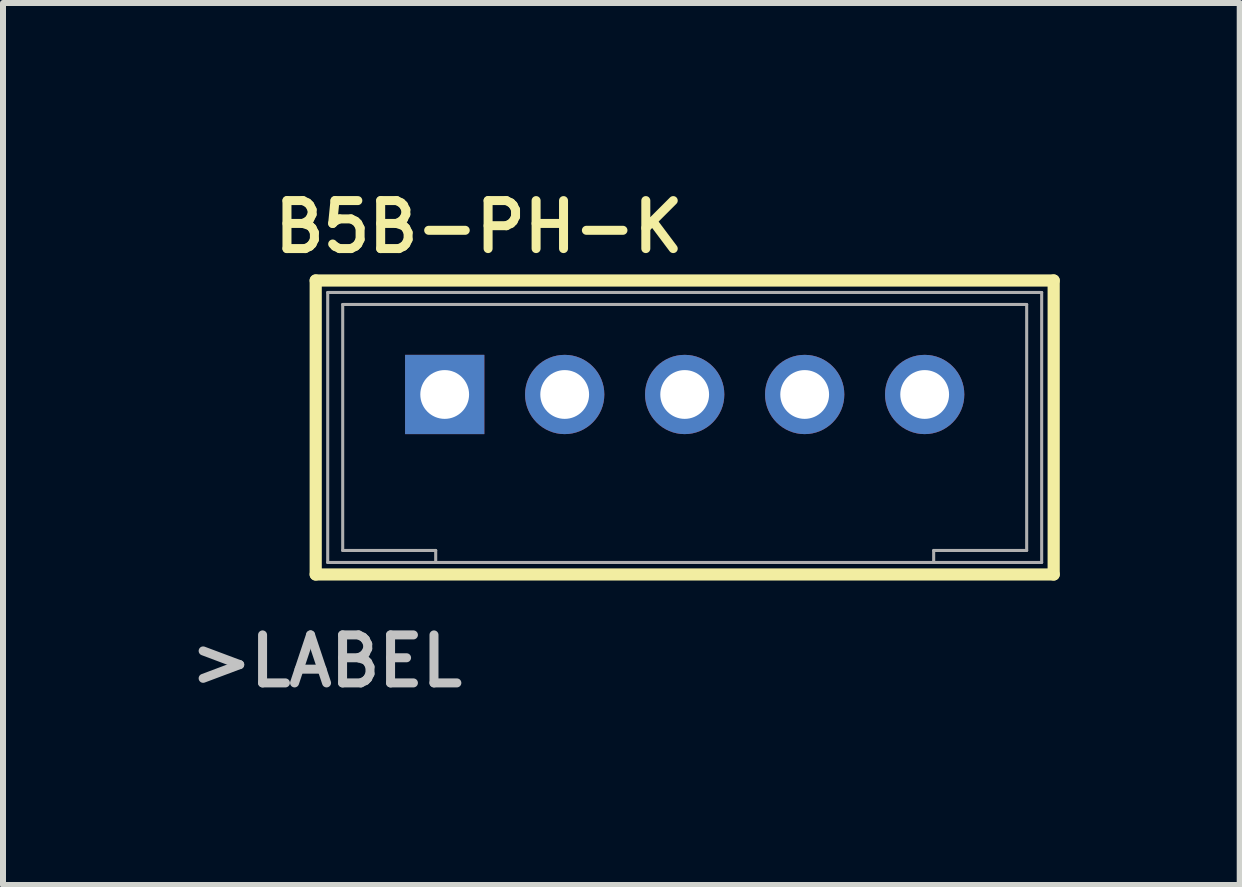
<source format=kicad_pcb>
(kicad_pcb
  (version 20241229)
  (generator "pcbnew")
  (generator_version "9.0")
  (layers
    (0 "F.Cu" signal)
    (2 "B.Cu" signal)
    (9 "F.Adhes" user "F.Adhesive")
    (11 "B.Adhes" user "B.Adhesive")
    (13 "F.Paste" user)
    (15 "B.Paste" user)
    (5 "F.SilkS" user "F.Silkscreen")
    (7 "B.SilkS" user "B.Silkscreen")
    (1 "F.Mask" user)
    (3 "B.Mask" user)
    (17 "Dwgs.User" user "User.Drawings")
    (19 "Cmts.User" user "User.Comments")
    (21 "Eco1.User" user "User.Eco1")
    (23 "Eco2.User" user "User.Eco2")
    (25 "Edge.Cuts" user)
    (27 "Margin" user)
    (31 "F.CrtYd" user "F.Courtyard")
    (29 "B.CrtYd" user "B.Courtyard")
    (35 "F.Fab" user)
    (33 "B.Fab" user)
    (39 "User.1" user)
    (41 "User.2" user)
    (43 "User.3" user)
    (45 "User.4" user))
  (footprint "B5B-PH-K"
    (layer "F.Cu")
    (at 8.362 3.525)
    (property "Reference" "B5B-PH-K" (at -3.429 -2.794 0) (layer "F.SilkS") (effects (font (size 0.8 0.8) (thickness 0.15))))
    (attr through_hole)
    (fp_line (start -6.15 -1.9) (end 6.15 -1.9) (stroke (width 0.203) (type solid)) (layer "F.SilkS"))
    (fp_line (start -6.15 3) (end -6.15 -1.9) (stroke (width 0.203) (type solid)) (layer "F.SilkS"))
    (fp_line (start 6.15 -1.9) (end 6.15 3) (stroke (width 0.203) (type solid)) (layer "F.SilkS"))
    (fp_line (start 6.15 3) (end -6.15 3) (stroke (width 0.203) (type solid)) (layer "F.SilkS"))
    (fp_line (start -5.95 -1.7) (end 5.95 -1.7) (stroke (width 0.051) (type solid)) (layer "F.Fab"))
    (fp_line (start -5.95 2.8) (end -5.95 -1.7) (stroke (width 0.051) (type solid)) (layer "F.Fab"))
    (fp_line (start -5.7 2.6) (end -5.7 -1.5) (stroke (width 0.051) (type solid)) (layer "F.Fab"))
    (fp_line (start -4.15 2.6) (end -5.7 2.6) (stroke (width 0.051) (type solid)) (layer "F.Fab"))
    (fp_line (start -4.15 2.8) (end -5.95 2.8) (stroke (width 0.051) (type solid)) (layer "F.Fab"))
    (fp_line (start -4.15 2.8) (end -4.15 2.6) (stroke (width 0.051) (type solid)) (layer "F.Fab"))
    (fp_line (start 4.15 2.8) (end -4.15 2.8) (stroke (width 0.051) (type solid)) (layer "F.Fab"))
    (fp_line (start 4.15 2.8) (end 4.15 2.6) (stroke (width 0.051) (type solid)) (layer "F.Fab"))
    (fp_line (start 5.7 -1.5) (end -5.7 -1.5) (stroke (width 0.051) (type solid)) (layer "F.Fab"))
    (fp_line (start 5.7 2.6) (end 4.15 2.6) (stroke (width 0.051) (type solid)) (layer "F.Fab"))
    (fp_line (start 5.7 2.6) (end 5.7 -1.5) (stroke (width 0.051) (type solid)) (layer "F.Fab"))
    (fp_line (start 5.95 -1.7) (end 5.95 2.8) (stroke (width 0.051) (type solid)) (layer "F.Fab"))
    (fp_line (start 5.95 2.8) (end 4.15 2.8) (stroke (width 0.051) (type solid)) (layer "F.Fab"))
    (fp_text user ">LABEL" (at -5.969 4.445 0) (layer "Dwgs.User") (effects (font (size 0.8 0.8) (thickness 0.15))))
    (pad "1" thru_hole rect (at -4 0) (size 1.321 1.321) (drill 0.813) (layers "*.Cu" "*.Mask"))
    (pad "2" thru_hole circle (at -2 0) (size 1.321 1.321) (drill 0.813) (layers "*.Cu" "*.Mask"))
    (pad "3" thru_hole circle (at 0 0) (size 1.321 1.321) (drill 0.813) (layers "*.Cu" "*.Mask"))
    (pad "4" thru_hole circle (at 2 0) (size 1.321 1.321) (drill 0.813) (layers "*.Cu" "*.Mask"))
    (pad "5" thru_hole circle (at 4 0) (size 1.321 1.321) (drill 0.813) (layers "*.Cu" "*.Mask")))
  (gr_rect
    (start -3 -3)
    (end 17.613 11.701)
    (stroke (width 0.1) (type default))
    (fill no)
    (layer "Edge.Cuts")))
</source>
